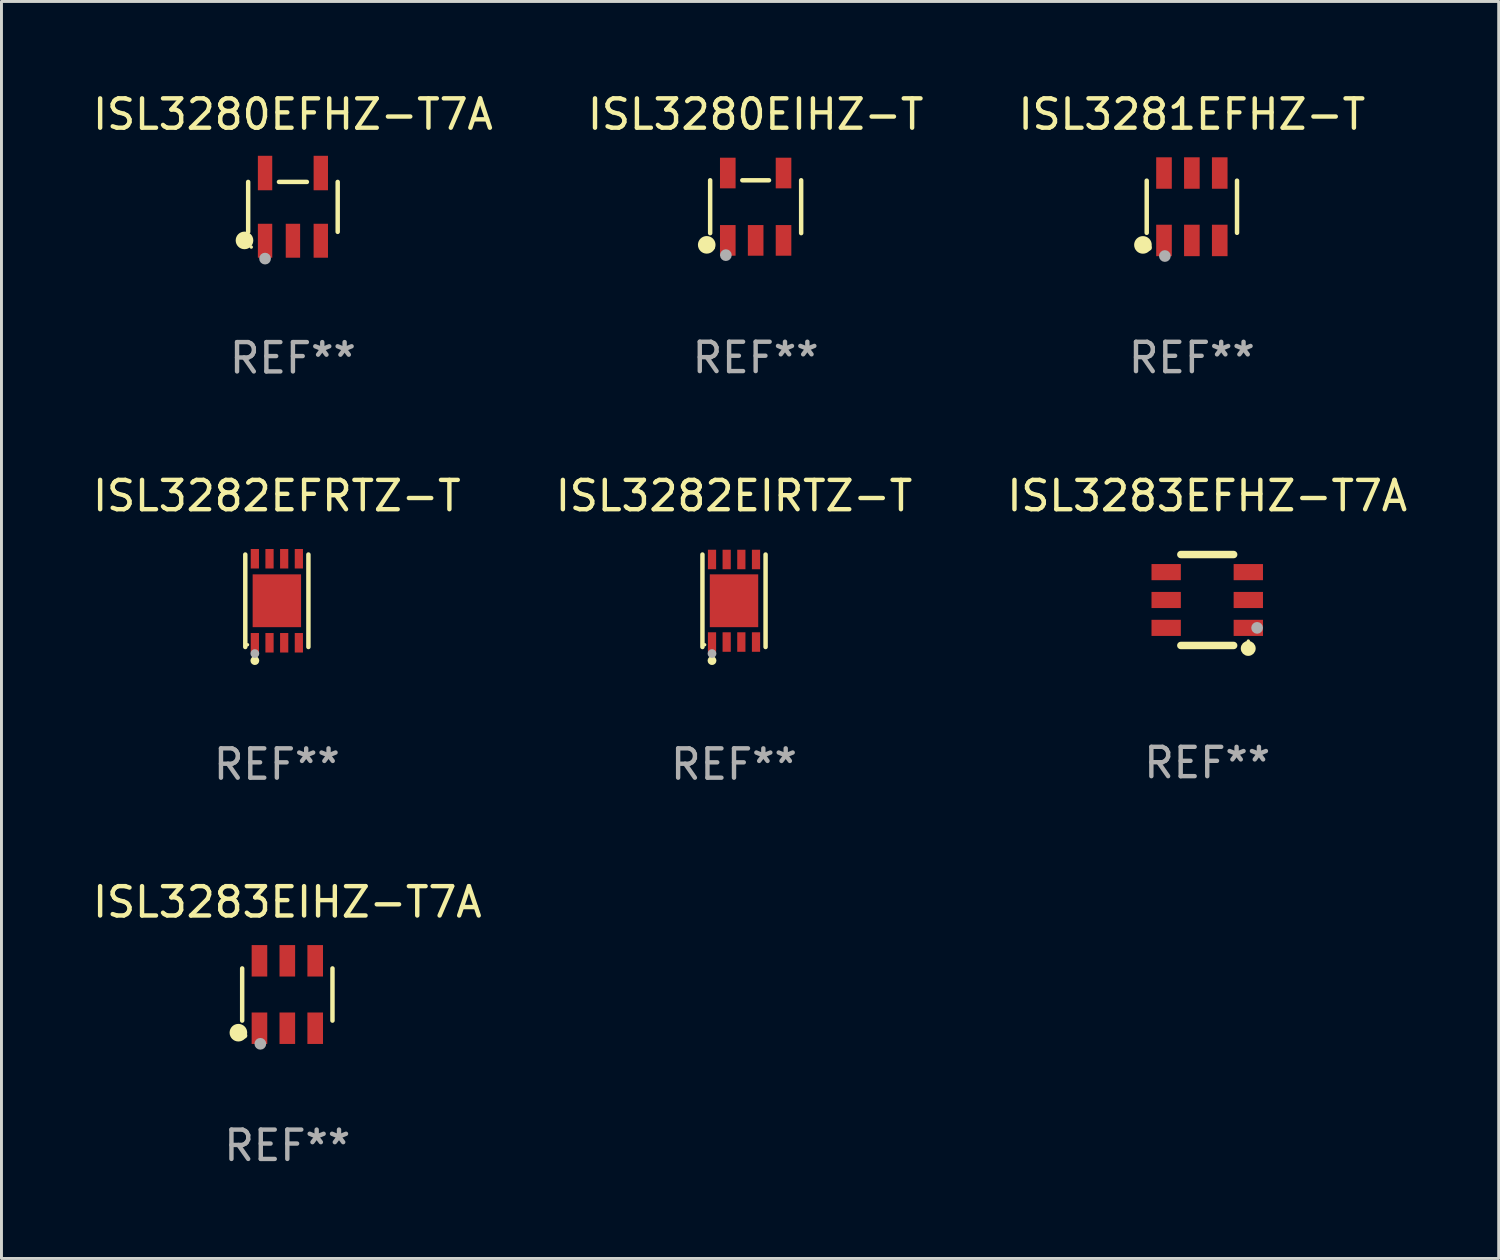
<source format=kicad_pcb>
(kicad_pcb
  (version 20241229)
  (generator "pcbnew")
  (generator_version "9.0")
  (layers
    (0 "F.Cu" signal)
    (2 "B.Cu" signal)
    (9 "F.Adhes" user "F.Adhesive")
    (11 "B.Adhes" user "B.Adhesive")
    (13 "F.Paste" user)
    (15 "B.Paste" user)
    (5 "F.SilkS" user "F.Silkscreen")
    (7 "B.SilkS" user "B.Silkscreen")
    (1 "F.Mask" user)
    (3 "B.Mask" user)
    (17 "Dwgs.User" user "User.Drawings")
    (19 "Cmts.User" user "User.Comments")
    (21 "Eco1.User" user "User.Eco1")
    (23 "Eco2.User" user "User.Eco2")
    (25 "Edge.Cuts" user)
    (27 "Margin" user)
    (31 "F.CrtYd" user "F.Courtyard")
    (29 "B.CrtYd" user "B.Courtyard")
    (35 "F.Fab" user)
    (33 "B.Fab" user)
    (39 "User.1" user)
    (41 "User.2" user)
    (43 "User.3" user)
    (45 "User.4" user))
  (footprint "ISL3283EFHZ-T7A"
    (layer "F.Cu")
    (at 38.101 17.402)
    (property "Reference" "ISL3283EFHZ-T7A" (at 0 -3.55 0) (layer "F.SilkS") (effects (font (size 1 1) (thickness 0.15))))
    (attr through_hole)
    (fp_line (start -0.9 -1.55) (end 0.9 -1.55) (stroke (width 0.254) (type solid)) (layer "F.SilkS"))
    (fp_line (start -0.9 1.55) (end 0.9 1.55) (stroke (width 0.254) (type solid)) (layer "F.SilkS"))
    (fp_circle (center 1.397 1.651) (end 1.524 1.651) (stroke (width 0.254) (type solid)) (fill no) (layer "F.SilkS"))
    (fp_circle (center 1.4 1.4) (end 1.43 1.4) (stroke (width 0.06) (type solid)) (fill no) (layer "F.SilkS"))
    (fp_circle (center 1.7 0.95) (end 1.8 0.95) (stroke (width 0.2) (type solid)) (fill no) (layer "F.Fab"))
    (fp_text user "REF**" (at 0 5.55 0) (layer "F.Fab") (effects (font (size 1 1) (thickness 0.15))))
    (pad "1" smd rect (at 1.4 0.95 180) (size 1 0.55) (layers "F.Cu" "F.Mask" "F.Paste"))
    (pad "2" smd rect (at 1.4 -0.000102 180) (size 1 0.55) (layers "F.Cu" "F.Mask" "F.Paste"))
    (pad "3" smd rect (at 1.4 -0.95 180) (size 1 0.55) (layers "F.Cu" "F.Mask" "F.Paste"))
    (pad "4" smd rect (at -1.4 -0.95 180) (size 1 0.55) (layers "F.Cu" "F.Mask" "F.Paste"))
    (pad "5" smd rect (at -1.4 -0.000102 180) (size 1 0.55) (layers "F.Cu" "F.Mask" "F.Paste"))
    (pad "6" smd rect (at -1.4 0.95 180) (size 1 0.55) (layers "F.Cu" "F.Mask" "F.Paste")))
  (footprint "ISL3280EFHZ-T7A"
    (layer "F.Cu")
    (at 6.935 4.002)
    (property "Reference" "ISL3280EFHZ-T7A" (at 0 -3.154 0) (layer "F.SilkS") (effects (font (size 1 1) (thickness 0.15))))
    (attr through_hole)
    (fp_line (start -1.526 0.851) (end -1.526 -0.851) (stroke (width 0.152) (type solid)) (layer "F.SilkS"))
    (fp_line (start 0.476 -0.851) (end -0.476 -0.851) (stroke (width 0.152) (type solid)) (layer "F.SilkS"))
    (fp_line (start 1.526 0.851) (end 1.526 -0.851) (stroke (width 0.152) (type solid)) (layer "F.SilkS"))
    (fp_circle (center -1.651 1.143) (end -1.501 1.143) (stroke (width 0.3) (type solid)) (fill no) (layer "F.SilkS"))
    (fp_circle (center -1.42 1.37) (end -1.39 1.37) (stroke (width 0.06) (type solid)) (fill no) (layer "F.SilkS"))
    (fp_circle (center -0.95 1.763) (end -0.85 1.763) (stroke (width 0.2) (type solid)) (fill no) (layer "F.Fab"))
    (fp_text user "REF**" (at 0 5.154 0) (layer "F.Fab") (effects (font (size 1 1) (thickness 0.15))))
    (pad "1" smd rect (at -0.95 1.154) (size 0.49 1.157) (layers "F.Cu" "F.Mask" "F.Paste"))
    (pad "2" smd rect (at 0 1.154) (size 0.49 1.157) (layers "F.Cu" "F.Mask" "F.Paste"))
    (pad "3" smd rect (at 0.95 1.154) (size 0.49 1.157) (layers "F.Cu" "F.Mask" "F.Paste"))
    (pad "4" smd rect (at 0.95 -1.154) (size 0.49 1.175) (layers "F.Cu" "F.Mask" "F.Paste"))
    (pad "5" smd rect (at -0.95 -1.154) (size 0.49 1.175) (layers "F.Cu" "F.Mask" "F.Paste")))
  (footprint "ISL3280EIHZ-T"
    (layer "F.Cu")
    (at 22.708 3.996)
    (property "Reference" "ISL3280EIHZ-T" (at 0 -3.148 0) (layer "F.SilkS") (effects (font (size 1 1) (thickness 0.15))))
    (attr through_hole)
    (fp_line (start -1.551 0.901) (end -1.551 -0.901) (stroke (width 0.152) (type solid)) (layer "F.SilkS"))
    (fp_line (start 0.455 -0.901) (end -0.455 -0.901) (stroke (width 0.152) (type solid)) (layer "F.SilkS"))
    (fp_line (start 1.551 0.901) (end 1.551 -0.901) (stroke (width 0.152) (type solid)) (layer "F.SilkS"))
    (fp_circle (center -1.668 1.3) (end -1.518 1.3) (stroke (width 0.3) (type solid)) (fill no) (layer "F.SilkS"))
    (fp_circle (center -1.45 1.4) (end -1.42 1.4) (stroke (width 0.06) (type solid)) (fill no) (layer "F.SilkS"))
    (fp_circle (center -1.016 1.651) (end -0.916 1.651) (stroke (width 0.2) (type solid)) (fill no) (layer "F.Fab"))
    (fp_text user "REF**" (at 0 5.148 0) (layer "F.Fab") (effects (font (size 1 1) (thickness 0.15))))
    (pad "1" smd rect (at -0.95 1.148) (size 0.532 1.045) (layers "F.Cu" "F.Mask" "F.Paste"))
    (pad "2" smd rect (at 0 1.148) (size 0.532 1.045) (layers "F.Cu" "F.Mask" "F.Paste"))
    (pad "3" smd rect (at 0.95 1.148) (size 0.532 1.045) (layers "F.Cu" "F.Mask" "F.Paste"))
    (pad "4" smd rect (at 0.95 -1.148) (size 0.532 1.045) (layers "F.Cu" "F.Mask" "F.Paste"))
    (pad "5" smd rect (at -0.95 -1.148) (size 0.532 1.045) (layers "F.Cu" "F.Mask" "F.Paste")))
  (footprint "ISL3282EIRTZ-T"
    (layer "F.Cu")
    (at 21.97 17.428)
    (property "Reference" "ISL3282EIRTZ-T" (at 0 -3.576 0) (layer "F.SilkS") (effects (font (size 1 1) (thickness 0.15))))
    (attr through_hole)
    (fp_line (start -1.076 1.576) (end -1.076 -1.576) (stroke (width 0.152) (type solid)) (layer "F.SilkS"))
    (fp_line (start 1.076 1.576) (end 1.076 -1.576) (stroke (width 0.152) (type solid)) (layer "F.SilkS"))
    (fp_circle (center -1 1.5) (end -0.97 1.5) (stroke (width 0.06) (type solid)) (fill no) (layer "F.SilkS"))
    (fp_circle (center -0.75 2.04) (end -0.675 2.04) (stroke (width 0.15) (type solid)) (fill no) (layer "F.SilkS"))
    (fp_circle (center -0.75 1.8) (end -0.675 1.8) (stroke (width 0.15) (type solid)) (fill no) (layer "F.Fab"))
    (fp_text user "REF**" (at 0 5.576 0) (layer "F.Fab") (effects (font (size 1 1) (thickness 0.15))))
    (pad "1" smd rect (at -0.75 1.407) (size 0.28 0.665) (layers "F.Cu" "F.Mask" "F.Paste"))
    (pad "2" smd rect (at -0.25 1.407) (size 0.28 0.665) (layers "F.Cu" "F.Mask" "F.Paste"))
    (pad "3" smd rect (at 0.25 1.407) (size 0.28 0.665) (layers "F.Cu" "F.Mask" "F.Paste"))
    (pad "4" smd rect (at 0.75 1.407) (size 0.28 0.665) (layers "F.Cu" "F.Mask" "F.Paste"))
    (pad "5" smd rect (at 0.75 -1.407) (size 0.28 0.665) (layers "F.Cu" "F.Mask" "F.Paste"))
    (pad "6" smd rect (at 0.25 -1.407) (size 0.28 0.665) (layers "F.Cu" "F.Mask" "F.Paste"))
    (pad "7" smd rect (at -0.25 -1.407) (size 0.28 0.665) (layers "F.Cu" "F.Mask" "F.Paste"))
    (pad "8" smd rect (at -0.75 -1.407) (size 0.28 0.665) (layers "F.Cu" "F.Mask" "F.Paste"))
    (pad "9" smd rect (at 0 0) (size 1.65 1.8) (layers "F.Cu" "F.Mask" "F.Paste")))
  (footprint "ISL3282EFRTZ-T"
    (layer "F.Cu")
    (at 6.387 17.428)
    (property "Reference" "ISL3282EFRTZ-T" (at 0 -3.576 0) (layer "F.SilkS") (effects (font (size 1 1) (thickness 0.15))))
    (attr through_hole)
    (fp_line (start -1.076 1.576) (end -1.076 -1.576) (stroke (width 0.152) (type solid)) (layer "F.SilkS"))
    (fp_line (start 1.076 1.576) (end 1.076 -1.576) (stroke (width 0.152) (type solid)) (layer "F.SilkS"))
    (fp_circle (center -1 1.5) (end -0.97 1.5) (stroke (width 0.06) (type solid)) (fill no) (layer "F.SilkS"))
    (fp_circle (center -0.75 2.04) (end -0.675 2.04) (stroke (width 0.15) (type solid)) (fill no) (layer "F.SilkS"))
    (fp_circle (center -0.75 1.8) (end -0.675 1.8) (stroke (width 0.15) (type solid)) (fill no) (layer "F.Fab"))
    (fp_text user "REF**" (at 0 5.576 0) (layer "F.Fab") (effects (font (size 1 1) (thickness 0.15))))
    (pad "1" smd rect (at -0.75 1.432) (size 0.28 0.665) (layers "F.Cu" "F.Mask" "F.Paste"))
    (pad "2" smd rect (at -0.25 1.432) (size 0.28 0.665) (layers "F.Cu" "F.Mask" "F.Paste"))
    (pad "3" smd rect (at 0.25 1.432) (size 0.28 0.665) (layers "F.Cu" "F.Mask" "F.Paste"))
    (pad "4" smd rect (at 0.75 1.432) (size 0.28 0.665) (layers "F.Cu" "F.Mask" "F.Paste"))
    (pad "5" smd rect (at 0.75 -1.432) (size 0.28 0.665) (layers "F.Cu" "F.Mask" "F.Paste"))
    (pad "6" smd rect (at 0.25 -1.432) (size 0.28 0.665) (layers "F.Cu" "F.Mask" "F.Paste"))
    (pad "7" smd rect (at -0.25 -1.432) (size 0.28 0.665) (layers "F.Cu" "F.Mask" "F.Paste"))
    (pad "8" smd rect (at -0.75 -1.432) (size 0.28 0.665) (layers "F.Cu" "F.Mask" "F.Paste"))
    (pad "9" smd rect (at 0 0) (size 1.65 1.8) (layers "F.Cu" "F.Mask" "F.Paste")))
  (footprint "ISL3281EFHZ-T"
    (layer "F.Cu")
    (at 37.577 3.997)
    (property "Reference" "ISL3281EFHZ-T" (at 0 -3.149 0) (layer "F.SilkS") (effects (font (size 1 1) (thickness 0.15))))
    (attr through_hole)
    (fp_line (start -1.539 0.889) (end -1.539 -0.889) (stroke (width 0.152) (type solid)) (layer "F.SilkS"))
    (fp_line (start 1.539 0.889) (end 1.539 -0.889) (stroke (width 0.152) (type solid)) (layer "F.SilkS"))
    (fp_circle (center -1.668 1.301) (end -1.518 1.301) (stroke (width 0.3) (type solid)) (fill no) (layer "F.SilkS"))
    (fp_circle (center -1.463 1.4) (end -1.413 1.4) (stroke (width 0.1) (type solid)) (fill no) (layer "F.SilkS"))
    (fp_circle (center -0.92 1.68) (end -0.82 1.68) (stroke (width 0.2) (type solid)) (fill no) (layer "F.Fab"))
    (fp_text user "REF**" (at 0 5.149 0) (layer "F.Fab") (effects (font (size 1 1) (thickness 0.15))))
    (pad "1" smd rect (at -0.95 1.149) (size 0.532 1.072) (layers "F.Cu" "F.Mask" "F.Paste"))
    (pad "2" smd rect (at 0 1.149) (size 0.532 1.072) (layers "F.Cu" "F.Mask" "F.Paste"))
    (pad "3" smd rect (at 0.95 1.149) (size 0.532 1.072) (layers "F.Cu" "F.Mask" "F.Paste"))
    (pad "4" smd rect (at 0.95 -1.149) (size 0.532 1.072) (layers "F.Cu" "F.Mask" "F.Paste"))
    (pad "5" smd rect (at 0 -1.149) (size 0.532 1.072) (layers "F.Cu" "F.Mask" "F.Paste"))
    (pad "6" smd rect (at -0.95 -1.149) (size 0.532 1.072) (layers "F.Cu" "F.Mask" "F.Paste")))
  (footprint "ISL3283EIHZ-T7A"
    (layer "F.Cu")
    (at 6.744 30.85)
    (property "Reference" "ISL3283EIHZ-T7A" (at 0 -3.149 0) (layer "F.SilkS") (effects (font (size 1 1) (thickness 0.15))))
    (attr through_hole)
    (fp_line (start -1.539 0.889) (end -1.539 -0.889) (stroke (width 0.152) (type solid)) (layer "F.SilkS"))
    (fp_line (start 1.539 0.889) (end 1.539 -0.889) (stroke (width 0.152) (type solid)) (layer "F.SilkS"))
    (fp_circle (center -1.668 1.301) (end -1.518 1.301) (stroke (width 0.3) (type solid)) (fill no) (layer "F.SilkS"))
    (fp_circle (center -1.463 1.4) (end -1.413 1.4) (stroke (width 0.1) (type solid)) (fill no) (layer "F.SilkS"))
    (fp_circle (center -0.92 1.68) (end -0.82 1.68) (stroke (width 0.2) (type solid)) (fill no) (layer "F.Fab"))
    (fp_text user "REF**" (at 0 5.149 0) (layer "F.Fab") (effects (font (size 1 1) (thickness 0.15))))
    (pad "1" smd rect (at -0.95 1.149) (size 0.532 1.072) (layers "F.Cu" "F.Mask" "F.Paste"))
    (pad "2" smd rect (at 0 1.149) (size 0.532 1.072) (layers "F.Cu" "F.Mask" "F.Paste"))
    (pad "3" smd rect (at 0.95 1.149) (size 0.532 1.072) (layers "F.Cu" "F.Mask" "F.Paste"))
    (pad "4" smd rect (at 0.95 -1.149) (size 0.532 1.072) (layers "F.Cu" "F.Mask" "F.Paste"))
    (pad "5" smd rect (at 0 -1.149) (size 0.532 1.072) (layers "F.Cu" "F.Mask" "F.Paste"))
    (pad "6" smd rect (at -0.95 -1.149) (size 0.532 1.072) (layers "F.Cu" "F.Mask" "F.Paste")))
  (gr_rect
    (start -3 -3)
    (end 48.036 39.847)
    (stroke (width 0.1) (type default))
    (fill no)
    (layer "Edge.Cuts")))
</source>
